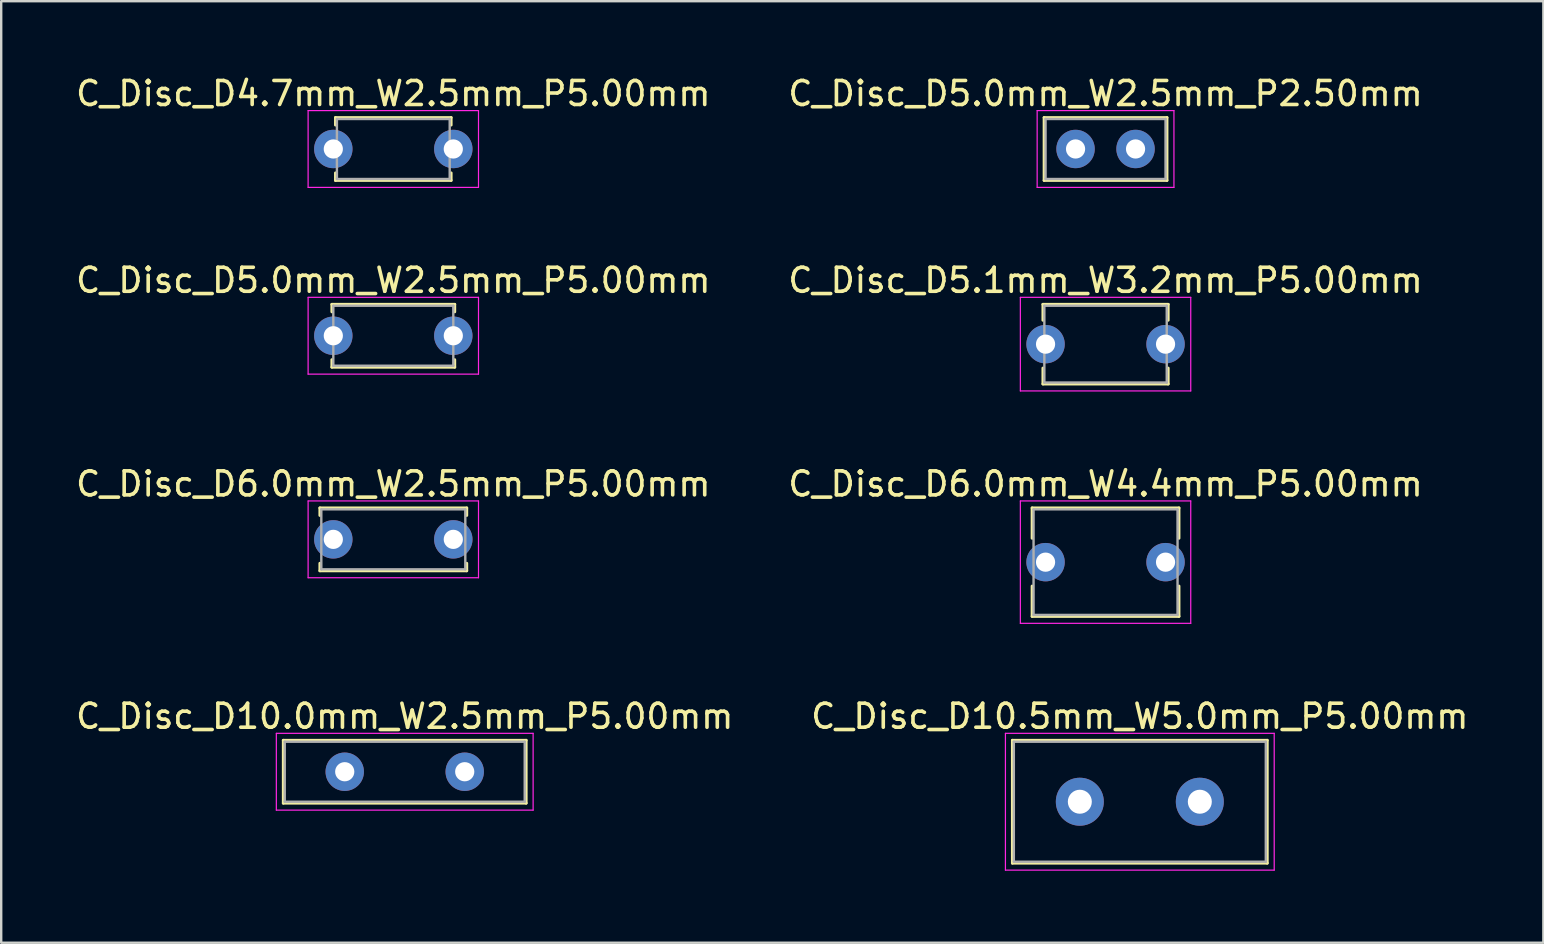
<source format=kicad_pcb>
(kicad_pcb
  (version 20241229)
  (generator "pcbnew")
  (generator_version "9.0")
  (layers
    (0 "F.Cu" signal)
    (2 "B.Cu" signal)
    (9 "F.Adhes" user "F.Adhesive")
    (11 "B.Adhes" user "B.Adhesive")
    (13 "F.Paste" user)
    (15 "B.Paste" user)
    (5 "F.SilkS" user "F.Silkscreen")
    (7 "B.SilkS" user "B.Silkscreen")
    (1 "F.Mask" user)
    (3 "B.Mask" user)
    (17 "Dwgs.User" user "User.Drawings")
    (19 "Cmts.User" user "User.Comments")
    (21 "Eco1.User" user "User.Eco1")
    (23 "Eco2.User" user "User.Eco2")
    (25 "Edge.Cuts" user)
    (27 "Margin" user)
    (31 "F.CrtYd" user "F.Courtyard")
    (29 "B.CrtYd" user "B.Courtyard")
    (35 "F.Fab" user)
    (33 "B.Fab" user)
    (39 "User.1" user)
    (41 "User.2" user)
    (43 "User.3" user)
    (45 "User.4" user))
  (footprint "C_Disc_D6.0mm_W4.4mm_P5.00mm"
    (layer "F.Cu")
    (at 40.518 20.375)
    (property "Reference" "C_Disc_D6.0mm_W4.4mm_P5.00mm" (at 2.5 -3.26 0) (layer "F.SilkS") (effects (font (size 1 1) (thickness 0.15))))
    (attr through_hole)
    (fp_line (start -0.56 -2.26) (end -0.56 -0.996) (stroke (width 0.12) (type solid)) (layer "F.SilkS"))
    (fp_line (start -0.56 -2.26) (end 5.56 -2.26) (stroke (width 0.12) (type solid)) (layer "F.SilkS"))
    (fp_line (start -0.56 0.996) (end -0.56 2.26) (stroke (width 0.12) (type solid)) (layer "F.SilkS"))
    (fp_line (start -0.56 2.26) (end 5.56 2.26) (stroke (width 0.12) (type solid)) (layer "F.SilkS"))
    (fp_line (start 5.56 -2.26) (end 5.56 -0.996) (stroke (width 0.12) (type solid)) (layer "F.SilkS"))
    (fp_line (start 5.56 0.996) (end 5.56 2.26) (stroke (width 0.12) (type solid)) (layer "F.SilkS"))
    (fp_line (start -1.05 -2.55) (end -1.05 2.55) (stroke (width 0.05) (type solid)) (layer "F.CrtYd"))
    (fp_line (start -1.05 2.55) (end 6.05 2.55) (stroke (width 0.05) (type solid)) (layer "F.CrtYd"))
    (fp_line (start 6.05 -2.55) (end -1.05 -2.55) (stroke (width 0.05) (type solid)) (layer "F.CrtYd"))
    (fp_line (start 6.05 2.55) (end 6.05 -2.55) (stroke (width 0.05) (type solid)) (layer "F.CrtYd"))
    (fp_line (start -0.5 -2.2) (end -0.5 2.2) (stroke (width 0.1) (type solid)) (layer "F.Fab"))
    (fp_line (start -0.5 2.2) (end 5.5 2.2) (stroke (width 0.1) (type solid)) (layer "F.Fab"))
    (fp_line (start 5.5 -2.2) (end -0.5 -2.2) (stroke (width 0.1) (type solid)) (layer "F.Fab"))
    (fp_line (start 5.5 2.2) (end 5.5 -2.2) (stroke (width 0.1) (type solid)) (layer "F.Fab"))
    (pad "1" thru_hole circle (at 0 0) (size 1.6 1.6) (drill 0.8) (layers "*.Cu" "*.Mask"))
    (pad "2" thru_hole circle (at 5 0) (size 1.6 1.6) (drill 0.8) (layers "*.Cu" "*.Mask")))
  (footprint "C_Disc_D5.1mm_W3.2mm_P5.00mm"
    (layer "F.Cu")
    (at 40.518 11.291)
    (property "Reference" "C_Disc_D5.1mm_W3.2mm_P5.00mm" (at 2.5 -2.66 0) (layer "F.SilkS") (effects (font (size 1 1) (thickness 0.15))))
    (attr through_hole)
    (fp_line (start -0.11 -1.66) (end -0.11 -0.996) (stroke (width 0.12) (type solid)) (layer "F.SilkS"))
    (fp_line (start -0.11 -1.66) (end 5.11 -1.66) (stroke (width 0.12) (type solid)) (layer "F.SilkS"))
    (fp_line (start -0.11 0.996) (end -0.11 1.66) (stroke (width 0.12) (type solid)) (layer "F.SilkS"))
    (fp_line (start -0.11 1.66) (end 5.11 1.66) (stroke (width 0.12) (type solid)) (layer "F.SilkS"))
    (fp_line (start 5.11 -1.66) (end 5.11 -0.996) (stroke (width 0.12) (type solid)) (layer "F.SilkS"))
    (fp_line (start 5.11 0.996) (end 5.11 1.66) (stroke (width 0.12) (type solid)) (layer "F.SilkS"))
    (fp_line (start -1.05 -1.95) (end -1.05 1.95) (stroke (width 0.05) (type solid)) (layer "F.CrtYd"))
    (fp_line (start -1.05 1.95) (end 6.05 1.95) (stroke (width 0.05) (type solid)) (layer "F.CrtYd"))
    (fp_line (start 6.05 -1.95) (end -1.05 -1.95) (stroke (width 0.05) (type solid)) (layer "F.CrtYd"))
    (fp_line (start 6.05 1.95) (end 6.05 -1.95) (stroke (width 0.05) (type solid)) (layer "F.CrtYd"))
    (fp_line (start -0.05 -1.6) (end -0.05 1.6) (stroke (width 0.1) (type solid)) (layer "F.Fab"))
    (fp_line (start -0.05 1.6) (end 5.05 1.6) (stroke (width 0.1) (type solid)) (layer "F.Fab"))
    (fp_line (start 5.05 -1.6) (end -0.05 -1.6) (stroke (width 0.1) (type solid)) (layer "F.Fab"))
    (fp_line (start 5.05 1.6) (end 5.05 -1.6) (stroke (width 0.1) (type solid)) (layer "F.Fab"))
    (pad "1" thru_hole circle (at 0 0) (size 1.6 1.6) (drill 0.8) (layers "*.Cu" "*.Mask"))
    (pad "2" thru_hole circle (at 5 0) (size 1.6 1.6) (drill 0.8) (layers "*.Cu" "*.Mask")))
  (footprint "C_Disc_D6.0mm_W2.5mm_P5.00mm"
    (layer "F.Cu")
    (at 10.839 19.425)
    (property "Reference" "C_Disc_D6.0mm_W2.5mm_P5.00mm" (at 2.5 -2.31 0) (layer "F.SilkS") (effects (font (size 1 1) (thickness 0.15))))
    (attr through_hole)
    (fp_line (start -0.56 -1.31) (end -0.56 -0.996) (stroke (width 0.12) (type solid)) (layer "F.SilkS"))
    (fp_line (start -0.56 -1.31) (end 5.56 -1.31) (stroke (width 0.12) (type solid)) (layer "F.SilkS"))
    (fp_line (start -0.56 0.996) (end -0.56 1.31) (stroke (width 0.12) (type solid)) (layer "F.SilkS"))
    (fp_line (start -0.56 1.31) (end 5.56 1.31) (stroke (width 0.12) (type solid)) (layer "F.SilkS"))
    (fp_line (start 5.56 -1.31) (end 5.56 -0.996) (stroke (width 0.12) (type solid)) (layer "F.SilkS"))
    (fp_line (start 5.56 0.996) (end 5.56 1.31) (stroke (width 0.12) (type solid)) (layer "F.SilkS"))
    (fp_line (start -1.05 -1.6) (end -1.05 1.6) (stroke (width 0.05) (type solid)) (layer "F.CrtYd"))
    (fp_line (start -1.05 1.6) (end 6.05 1.6) (stroke (width 0.05) (type solid)) (layer "F.CrtYd"))
    (fp_line (start 6.05 -1.6) (end -1.05 -1.6) (stroke (width 0.05) (type solid)) (layer "F.CrtYd"))
    (fp_line (start 6.05 1.6) (end 6.05 -1.6) (stroke (width 0.05) (type solid)) (layer "F.CrtYd"))
    (fp_line (start -0.5 -1.25) (end -0.5 1.25) (stroke (width 0.1) (type solid)) (layer "F.Fab"))
    (fp_line (start -0.5 1.25) (end 5.5 1.25) (stroke (width 0.1) (type solid)) (layer "F.Fab"))
    (fp_line (start 5.5 -1.25) (end -0.5 -1.25) (stroke (width 0.1) (type solid)) (layer "F.Fab"))
    (fp_line (start 5.5 1.25) (end 5.5 -1.25) (stroke (width 0.1) (type solid)) (layer "F.Fab"))
    (pad "1" thru_hole circle (at 0 0) (size 1.6 1.6) (drill 0.8) (layers "*.Cu" "*.Mask"))
    (pad "2" thru_hole circle (at 5 0) (size 1.6 1.6) (drill 0.8) (layers "*.Cu" "*.Mask")))
  (footprint "C_Disc_D5.0mm_W2.5mm_P2.50mm"
    (layer "F.Cu")
    (at 41.768 3.158)
    (property "Reference" "C_Disc_D5.0mm_W2.5mm_P2.50mm" (at 1.25 -2.31 0) (layer "F.SilkS") (effects (font (size 1 1) (thickness 0.15))))
    (attr through_hole)
    (fp_line (start -1.31 -1.31) (end -1.31 1.31) (stroke (width 0.12) (type solid)) (layer "F.SilkS"))
    (fp_line (start -1.31 -1.31) (end 3.81 -1.31) (stroke (width 0.12) (type solid)) (layer "F.SilkS"))
    (fp_line (start -1.31 1.31) (end 3.81 1.31) (stroke (width 0.12) (type solid)) (layer "F.SilkS"))
    (fp_line (start 3.81 -1.31) (end 3.81 1.31) (stroke (width 0.12) (type solid)) (layer "F.SilkS"))
    (fp_line (start -1.6 -1.6) (end -1.6 1.6) (stroke (width 0.05) (type solid)) (layer "F.CrtYd"))
    (fp_line (start -1.6 1.6) (end 4.1 1.6) (stroke (width 0.05) (type solid)) (layer "F.CrtYd"))
    (fp_line (start 4.1 -1.6) (end -1.6 -1.6) (stroke (width 0.05) (type solid)) (layer "F.CrtYd"))
    (fp_line (start 4.1 1.6) (end 4.1 -1.6) (stroke (width 0.05) (type solid)) (layer "F.CrtYd"))
    (fp_line (start -1.25 -1.25) (end -1.25 1.25) (stroke (width 0.1) (type solid)) (layer "F.Fab"))
    (fp_line (start -1.25 1.25) (end 3.75 1.25) (stroke (width 0.1) (type solid)) (layer "F.Fab"))
    (fp_line (start 3.75 -1.25) (end -1.25 -1.25) (stroke (width 0.1) (type solid)) (layer "F.Fab"))
    (fp_line (start 3.75 1.25) (end 3.75 -1.25) (stroke (width 0.1) (type solid)) (layer "F.Fab"))
    (pad "1" thru_hole circle (at 0 0) (size 1.6 1.6) (drill 0.8) (layers "*.Cu" "*.Mask"))
    (pad "2" thru_hole circle (at 2.5 0) (size 1.6 1.6) (drill 0.8) (layers "*.Cu" "*.Mask")))
  (footprint "C_Disc_D10.5mm_W5.0mm_P5.00mm"
    (layer "F.Cu")
    (at 41.946 30.358)
    (property "Reference" "C_Disc_D10.5mm_W5.0mm_P5.00mm" (at 2.5 -3.56 0) (layer "F.SilkS") (effects (font (size 1 1) (thickness 0.15))))
    (attr through_hole)
    (fp_line (start -2.81 -2.56) (end -2.81 2.56) (stroke (width 0.12) (type solid)) (layer "F.SilkS"))
    (fp_line (start -2.81 -2.56) (end 7.81 -2.56) (stroke (width 0.12) (type solid)) (layer "F.SilkS"))
    (fp_line (start -2.81 2.56) (end 7.81 2.56) (stroke (width 0.12) (type solid)) (layer "F.SilkS"))
    (fp_line (start 7.81 -2.56) (end 7.81 2.56) (stroke (width 0.12) (type solid)) (layer "F.SilkS"))
    (fp_line (start -3.1 -2.85) (end -3.1 2.85) (stroke (width 0.05) (type solid)) (layer "F.CrtYd"))
    (fp_line (start -3.1 2.85) (end 8.1 2.85) (stroke (width 0.05) (type solid)) (layer "F.CrtYd"))
    (fp_line (start 8.1 -2.85) (end -3.1 -2.85) (stroke (width 0.05) (type solid)) (layer "F.CrtYd"))
    (fp_line (start 8.1 2.85) (end 8.1 -2.85) (stroke (width 0.05) (type solid)) (layer "F.CrtYd"))
    (fp_line (start -2.75 -2.5) (end -2.75 2.5) (stroke (width 0.1) (type solid)) (layer "F.Fab"))
    (fp_line (start -2.75 2.5) (end 7.75 2.5) (stroke (width 0.1) (type solid)) (layer "F.Fab"))
    (fp_line (start 7.75 -2.5) (end -2.75 -2.5) (stroke (width 0.1) (type solid)) (layer "F.Fab"))
    (fp_line (start 7.75 2.5) (end 7.75 -2.5) (stroke (width 0.1) (type solid)) (layer "F.Fab"))
    (pad "1" thru_hole circle (at 0 0) (size 2 2) (drill 1) (layers "*.Cu" "*.Mask"))
    (pad "2" thru_hole circle (at 5 0) (size 2 2) (drill 1) (layers "*.Cu" "*.Mask")))
  (footprint "C_Disc_D5.0mm_W2.5mm_P5.00mm"
    (layer "F.Cu")
    (at 10.839 10.941)
    (property "Reference" "C_Disc_D5.0mm_W2.5mm_P5.00mm" (at 2.5 -2.31 0) (layer "F.SilkS") (effects (font (size 1 1) (thickness 0.15))))
    (attr through_hole)
    (fp_line (start -0.06 -1.31) (end -0.06 -0.996) (stroke (width 0.12) (type solid)) (layer "F.SilkS"))
    (fp_line (start -0.06 -1.31) (end 5.06 -1.31) (stroke (width 0.12) (type solid)) (layer "F.SilkS"))
    (fp_line (start -0.06 0.996) (end -0.06 1.31) (stroke (width 0.12) (type solid)) (layer "F.SilkS"))
    (fp_line (start -0.06 1.31) (end 5.06 1.31) (stroke (width 0.12) (type solid)) (layer "F.SilkS"))
    (fp_line (start 5.06 -1.31) (end 5.06 -0.996) (stroke (width 0.12) (type solid)) (layer "F.SilkS"))
    (fp_line (start 5.06 0.996) (end 5.06 1.31) (stroke (width 0.12) (type solid)) (layer "F.SilkS"))
    (fp_line (start -1.05 -1.6) (end -1.05 1.6) (stroke (width 0.05) (type solid)) (layer "F.CrtYd"))
    (fp_line (start -1.05 1.6) (end 6.05 1.6) (stroke (width 0.05) (type solid)) (layer "F.CrtYd"))
    (fp_line (start 6.05 -1.6) (end -1.05 -1.6) (stroke (width 0.05) (type solid)) (layer "F.CrtYd"))
    (fp_line (start 6.05 1.6) (end 6.05 -1.6) (stroke (width 0.05) (type solid)) (layer "F.CrtYd"))
    (fp_line (start 0 -1.25) (end 0 1.25) (stroke (width 0.1) (type solid)) (layer "F.Fab"))
    (fp_line (start 0 1.25) (end 5 1.25) (stroke (width 0.1) (type solid)) (layer "F.Fab"))
    (fp_line (start 5 -1.25) (end 0 -1.25) (stroke (width 0.1) (type solid)) (layer "F.Fab"))
    (fp_line (start 5 1.25) (end 5 -1.25) (stroke (width 0.1) (type solid)) (layer "F.Fab"))
    (pad "1" thru_hole circle (at 0 0) (size 1.6 1.6) (drill 0.8) (layers "*.Cu" "*.Mask"))
    (pad "2" thru_hole circle (at 5 0) (size 1.6 1.6) (drill 0.8) (layers "*.Cu" "*.Mask")))
  (footprint "C_Disc_D4.7mm_W2.5mm_P5.00mm"
    (layer "F.Cu")
    (at 10.839 3.158)
    (property "Reference" "C_Disc_D4.7mm_W2.5mm_P5.00mm" (at 2.5 -2.31 0) (layer "F.SilkS") (effects (font (size 1 1) (thickness 0.15))))
    (attr through_hole)
    (fp_line (start 0.09 -1.31) (end 0.09 -0.996) (stroke (width 0.12) (type solid)) (layer "F.SilkS"))
    (fp_line (start 0.09 -1.31) (end 4.91 -1.31) (stroke (width 0.12) (type solid)) (layer "F.SilkS"))
    (fp_line (start 0.09 0.996) (end 0.09 1.31) (stroke (width 0.12) (type solid)) (layer "F.SilkS"))
    (fp_line (start 0.09 1.31) (end 4.91 1.31) (stroke (width 0.12) (type solid)) (layer "F.SilkS"))
    (fp_line (start 4.91 -1.31) (end 4.91 -0.996) (stroke (width 0.12) (type solid)) (layer "F.SilkS"))
    (fp_line (start 4.91 0.996) (end 4.91 1.31) (stroke (width 0.12) (type solid)) (layer "F.SilkS"))
    (fp_line (start -1.05 -1.6) (end -1.05 1.6) (stroke (width 0.05) (type solid)) (layer "F.CrtYd"))
    (fp_line (start -1.05 1.6) (end 6.05 1.6) (stroke (width 0.05) (type solid)) (layer "F.CrtYd"))
    (fp_line (start 6.05 -1.6) (end -1.05 -1.6) (stroke (width 0.05) (type solid)) (layer "F.CrtYd"))
    (fp_line (start 6.05 1.6) (end 6.05 -1.6) (stroke (width 0.05) (type solid)) (layer "F.CrtYd"))
    (fp_line (start 0.15 -1.25) (end 0.15 1.25) (stroke (width 0.1) (type solid)) (layer "F.Fab"))
    (fp_line (start 0.15 1.25) (end 4.85 1.25) (stroke (width 0.1) (type solid)) (layer "F.Fab"))
    (fp_line (start 4.85 -1.25) (end 0.15 -1.25) (stroke (width 0.1) (type solid)) (layer "F.Fab"))
    (fp_line (start 4.85 1.25) (end 4.85 -1.25) (stroke (width 0.1) (type solid)) (layer "F.Fab"))
    (pad "1" thru_hole circle (at 0 0) (size 1.6 1.6) (drill 0.8) (layers "*.Cu" "*.Mask"))
    (pad "2" thru_hole circle (at 5 0) (size 1.6 1.6) (drill 0.8) (layers "*.Cu" "*.Mask")))
  (footprint "C_Disc_D10.0mm_W2.5mm_P5.00mm"
    (layer "F.Cu")
    (at 11.315 29.108)
    (property "Reference" "C_Disc_D10.0mm_W2.5mm_P5.00mm" (at 2.5 -2.31 0) (layer "F.SilkS") (effects (font (size 1 1) (thickness 0.15))))
    (attr through_hole)
    (fp_line (start -2.56 -1.31) (end -2.56 1.31) (stroke (width 0.12) (type solid)) (layer "F.SilkS"))
    (fp_line (start -2.56 -1.31) (end 7.56 -1.31) (stroke (width 0.12) (type solid)) (layer "F.SilkS"))
    (fp_line (start -2.56 1.31) (end 7.56 1.31) (stroke (width 0.12) (type solid)) (layer "F.SilkS"))
    (fp_line (start 7.56 -1.31) (end 7.56 1.31) (stroke (width 0.12) (type solid)) (layer "F.SilkS"))
    (fp_line (start -2.85 -1.6) (end -2.85 1.6) (stroke (width 0.05) (type solid)) (layer "F.CrtYd"))
    (fp_line (start -2.85 1.6) (end 7.85 1.6) (stroke (width 0.05) (type solid)) (layer "F.CrtYd"))
    (fp_line (start 7.85 -1.6) (end -2.85 -1.6) (stroke (width 0.05) (type solid)) (layer "F.CrtYd"))
    (fp_line (start 7.85 1.6) (end 7.85 -1.6) (stroke (width 0.05) (type solid)) (layer "F.CrtYd"))
    (fp_line (start -2.5 -1.25) (end -2.5 1.25) (stroke (width 0.1) (type solid)) (layer "F.Fab"))
    (fp_line (start -2.5 1.25) (end 7.5 1.25) (stroke (width 0.1) (type solid)) (layer "F.Fab"))
    (fp_line (start 7.5 -1.25) (end -2.5 -1.25) (stroke (width 0.1) (type solid)) (layer "F.Fab"))
    (fp_line (start 7.5 1.25) (end 7.5 -1.25) (stroke (width 0.1) (type solid)) (layer "F.Fab"))
    (pad "1" thru_hole circle (at 0 0) (size 1.6 1.6) (drill 0.8) (layers "*.Cu" "*.Mask"))
    (pad "2" thru_hole circle (at 5 0) (size 1.6 1.6) (drill 0.8) (layers "*.Cu" "*.Mask")))
  (gr_rect
    (start -3 -3)
    (end 61.262 36.233)
    (stroke (width 0.1) (type default))
    (fill no)
    (layer "Edge.Cuts")))
</source>
